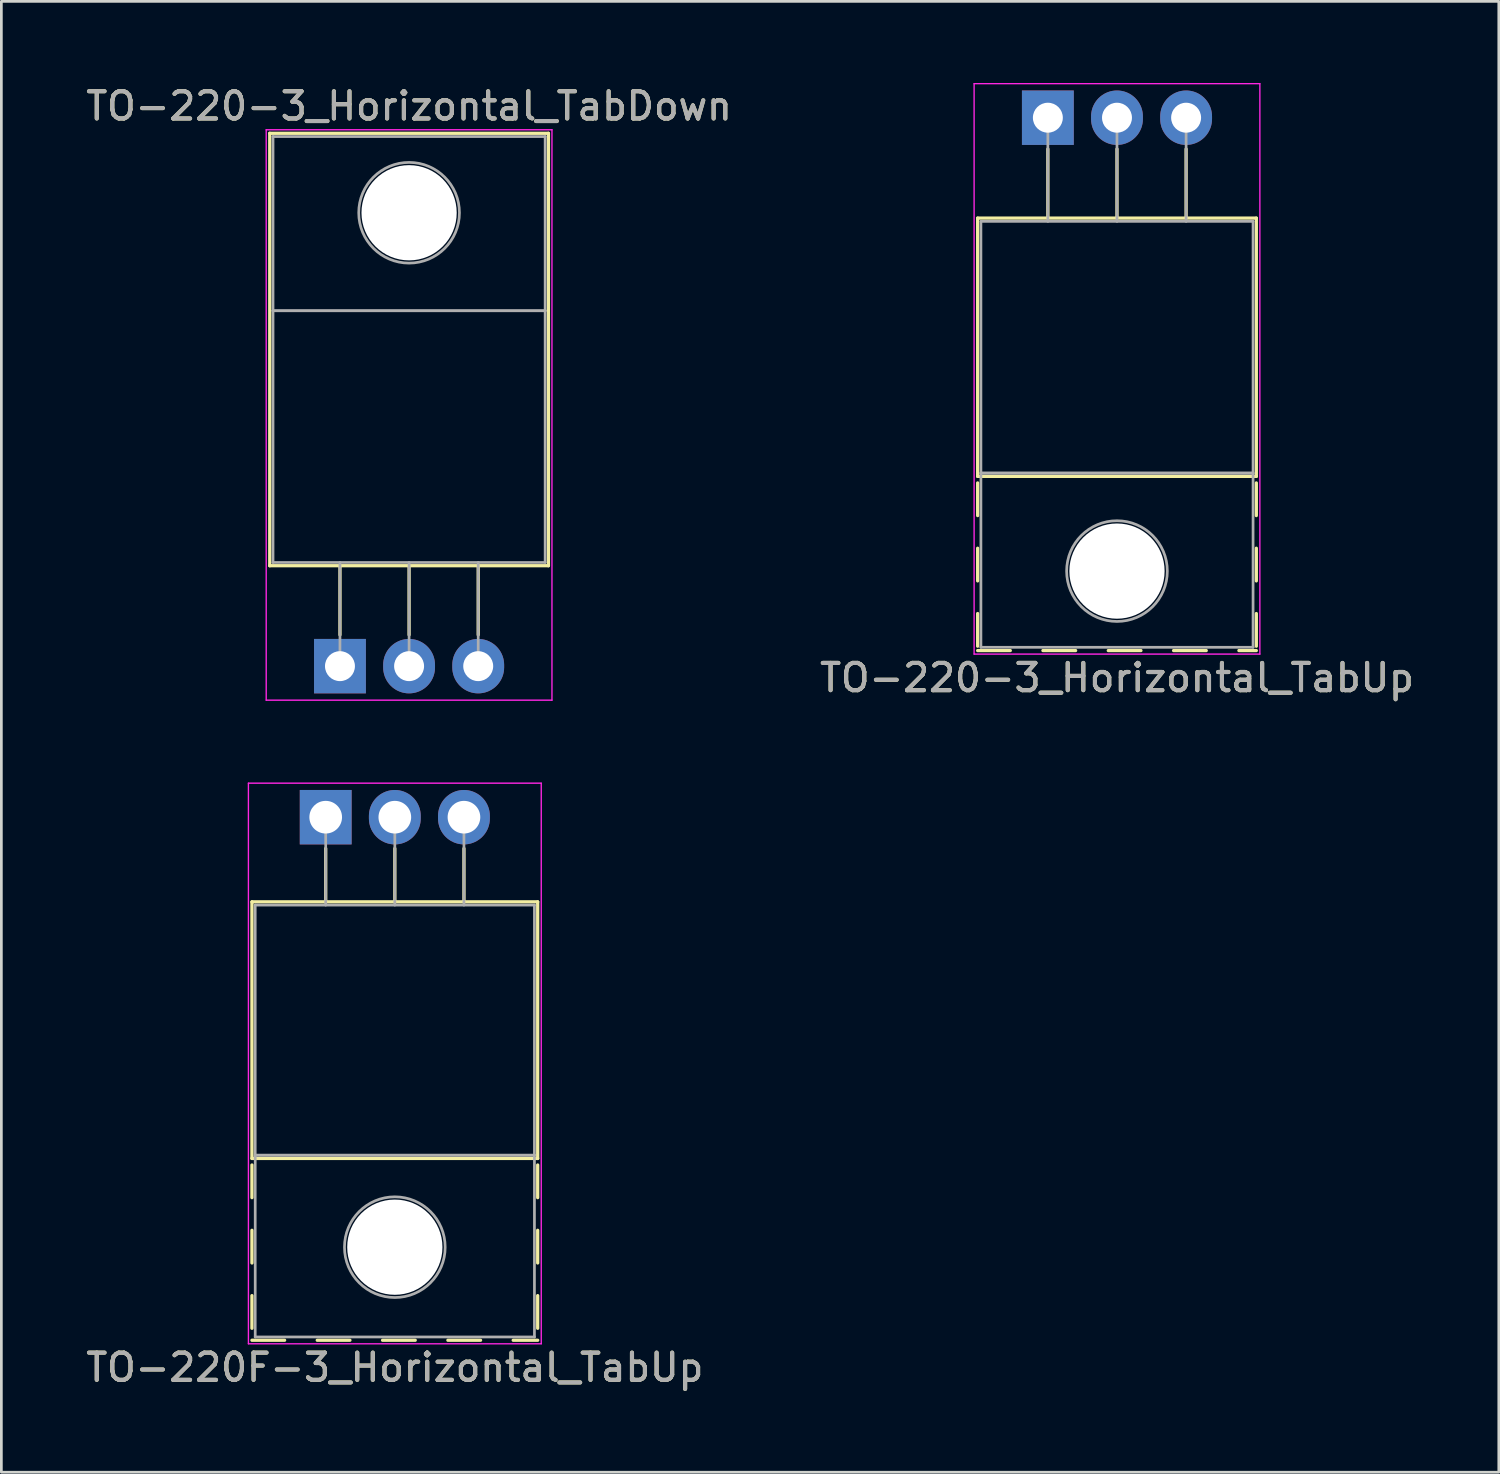
<source format=kicad_pcb>
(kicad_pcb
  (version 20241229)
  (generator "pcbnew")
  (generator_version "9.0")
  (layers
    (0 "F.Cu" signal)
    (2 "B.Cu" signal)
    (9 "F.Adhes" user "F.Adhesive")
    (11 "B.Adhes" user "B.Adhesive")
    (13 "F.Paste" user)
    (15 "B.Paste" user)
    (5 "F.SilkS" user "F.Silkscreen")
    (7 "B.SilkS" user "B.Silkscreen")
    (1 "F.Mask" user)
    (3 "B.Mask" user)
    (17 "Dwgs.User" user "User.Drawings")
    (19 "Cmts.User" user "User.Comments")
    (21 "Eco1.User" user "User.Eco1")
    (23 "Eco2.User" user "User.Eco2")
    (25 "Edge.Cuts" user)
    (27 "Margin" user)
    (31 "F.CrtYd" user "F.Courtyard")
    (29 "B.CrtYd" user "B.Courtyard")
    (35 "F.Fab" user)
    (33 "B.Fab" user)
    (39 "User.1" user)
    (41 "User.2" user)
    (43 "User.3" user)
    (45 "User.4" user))
  (footprint "TO-220F-3_Horizontal_TabUp"
    (layer "F.Cu")
    (at 8.918 26.978)
    (property "Reference" "TO-220F-3_Horizontal_TabUp" (at 2.54 20.22 0) (layer "F.SilkS") (effects (font (size 1 1) (thickness 0.15))))
    (attr through_hole)
    (fp_line (start -2.71 3.11) (end -2.71 12.54) (stroke (width 0.12) (type solid)) (layer "F.SilkS"))
    (fp_line (start -2.71 3.11) (end 7.79 3.11) (stroke (width 0.12) (type solid)) (layer "F.SilkS"))
    (fp_line (start -2.71 12.54) (end 7.79 12.54) (stroke (width 0.12) (type solid)) (layer "F.SilkS"))
    (fp_line (start -2.71 12.78) (end -2.71 13.98) (stroke (width 0.12) (type solid)) (layer "F.SilkS"))
    (fp_line (start -2.71 15.18) (end -2.71 16.38) (stroke (width 0.12) (type solid)) (layer "F.SilkS"))
    (fp_line (start -2.71 17.58) (end -2.71 18.78) (stroke (width 0.12) (type solid)) (layer "F.SilkS"))
    (fp_line (start -2.71 19.22) (end -1.51 19.22) (stroke (width 0.12) (type solid)) (layer "F.SilkS"))
    (fp_line (start -0.311 19.22) (end 0.89 19.22) (stroke (width 0.12) (type solid)) (layer "F.SilkS"))
    (fp_line (start 0 1.15) (end 0 3.11) (stroke (width 0.12) (type solid)) (layer "F.SilkS"))
    (fp_line (start 2.09 19.22) (end 3.29 19.22) (stroke (width 0.12) (type solid)) (layer "F.SilkS"))
    (fp_line (start 2.54 1.15) (end 2.54 3.11) (stroke (width 0.12) (type solid)) (layer "F.SilkS"))
    (fp_line (start 4.49 19.22) (end 5.69 19.22) (stroke (width 0.12) (type solid)) (layer "F.SilkS"))
    (fp_line (start 5.08 1.15) (end 5.08 3.11) (stroke (width 0.12) (type solid)) (layer "F.SilkS"))
    (fp_line (start 6.89 19.22) (end 7.79 19.22) (stroke (width 0.12) (type solid)) (layer "F.SilkS"))
    (fp_line (start 7.79 3.11) (end 7.79 12.54) (stroke (width 0.12) (type solid)) (layer "F.SilkS"))
    (fp_line (start 7.79 12.78) (end 7.79 13.98) (stroke (width 0.12) (type solid)) (layer "F.SilkS"))
    (fp_line (start 7.79 15.18) (end 7.79 16.38) (stroke (width 0.12) (type solid)) (layer "F.SilkS"))
    (fp_line (start 7.79 17.58) (end 7.79 18.78) (stroke (width 0.12) (type solid)) (layer "F.SilkS"))
    (fp_line (start -2.84 -1.25) (end -2.84 19.35) (stroke (width 0.05) (type solid)) (layer "F.CrtYd"))
    (fp_line (start -2.84 19.35) (end 7.92 19.35) (stroke (width 0.05) (type solid)) (layer "F.CrtYd"))
    (fp_line (start 7.92 -1.25) (end -2.84 -1.25) (stroke (width 0.05) (type solid)) (layer "F.CrtYd"))
    (fp_line (start 7.92 19.35) (end 7.92 -1.25) (stroke (width 0.05) (type solid)) (layer "F.CrtYd"))
    (fp_line (start -2.59 3.23) (end -2.59 12.42) (stroke (width 0.1) (type solid)) (layer "F.Fab"))
    (fp_line (start -2.59 12.42) (end -2.59 19.1) (stroke (width 0.1) (type solid)) (layer "F.Fab"))
    (fp_line (start -2.59 12.42) (end 7.67 12.42) (stroke (width 0.1) (type solid)) (layer "F.Fab"))
    (fp_line (start -2.59 19.1) (end 7.67 19.1) (stroke (width 0.1) (type solid)) (layer "F.Fab"))
    (fp_line (start 0 3.23) (end 0 0) (stroke (width 0.1) (type solid)) (layer "F.Fab"))
    (fp_line (start 2.54 3.23) (end 2.54 0) (stroke (width 0.1) (type solid)) (layer "F.Fab"))
    (fp_line (start 5.08 3.23) (end 5.08 0) (stroke (width 0.1) (type solid)) (layer "F.Fab"))
    (fp_line (start 7.67 3.23) (end -2.59 3.23) (stroke (width 0.1) (type solid)) (layer "F.Fab"))
    (fp_line (start 7.67 12.42) (end -2.59 12.42) (stroke (width 0.1) (type solid)) (layer "F.Fab"))
    (fp_line (start 7.67 12.42) (end 7.67 3.23) (stroke (width 0.1) (type solid)) (layer "F.Fab"))
    (fp_line (start 7.67 19.1) (end 7.67 12.42) (stroke (width 0.1) (type solid)) (layer "F.Fab"))
    (fp_circle (center 2.54 15.8) (end 4.39 15.8) (stroke (width 0.1) (type solid)) (fill no) (layer "F.Fab"))
    (fp_text user "${REFERENCE}" (at 2.54 20.22 0) (layer "F.Fab") (effects (font (size 1 1) (thickness 0.15))))
    (pad "" np_thru_hole oval (at 2.54 15.8) (size 3.5 3.5) (drill 3.5) (layers "*.Cu" "*.Mask"))
    (pad "1" thru_hole rect (at 0 0) (size 1.905 2) (drill 1.2) (layers "*.Cu" "*.Mask"))
    (pad "2" thru_hole oval (at 2.54 0) (size 1.905 2) (drill 1.2) (layers "*.Cu" "*.Mask"))
    (pad "3" thru_hole oval (at 5.08 0) (size 1.905 2) (drill 1.2) (layers "*.Cu" "*.Mask")))
  (footprint "TO-220-3_Horizontal_TabDown"
    (layer "F.Cu")
    (at 9.442 21.428)
    (property "Reference" "TO-220-3_Horizontal_TabDown" (at 2.54 -20.58 0) (layer "F.SilkS") (effects (font (size 1 1) (thickness 0.15))))
    (attr through_hole)
    (fp_line (start -2.58 -19.58) (end -2.58 -3.69) (stroke (width 0.12) (type solid)) (layer "F.SilkS"))
    (fp_line (start -2.58 -19.58) (end 7.66 -19.58) (stroke (width 0.12) (type solid)) (layer "F.SilkS"))
    (fp_line (start -2.58 -3.69) (end 7.66 -3.69) (stroke (width 0.12) (type solid)) (layer "F.SilkS"))
    (fp_line (start 0 -3.69) (end 0 -1.15) (stroke (width 0.12) (type solid)) (layer "F.SilkS"))
    (fp_line (start 2.54 -3.69) (end 2.54 -1.15) (stroke (width 0.12) (type solid)) (layer "F.SilkS"))
    (fp_line (start 5.08 -3.69) (end 5.08 -1.15) (stroke (width 0.12) (type solid)) (layer "F.SilkS"))
    (fp_line (start 7.66 -19.58) (end 7.66 -3.69) (stroke (width 0.12) (type solid)) (layer "F.SilkS"))
    (fp_line (start -2.71 -19.71) (end -2.71 1.25) (stroke (width 0.05) (type solid)) (layer "F.CrtYd"))
    (fp_line (start -2.71 1.25) (end 7.79 1.25) (stroke (width 0.05) (type solid)) (layer "F.CrtYd"))
    (fp_line (start 7.79 -19.71) (end -2.71 -19.71) (stroke (width 0.05) (type solid)) (layer "F.CrtYd"))
    (fp_line (start 7.79 1.25) (end 7.79 -19.71) (stroke (width 0.05) (type solid)) (layer "F.CrtYd"))
    (fp_line (start -2.46 -19.46) (end 7.54 -19.46) (stroke (width 0.1) (type solid)) (layer "F.Fab"))
    (fp_line (start -2.46 -13.06) (end -2.46 -19.46) (stroke (width 0.1) (type solid)) (layer "F.Fab"))
    (fp_line (start -2.46 -13.06) (end 7.54 -13.06) (stroke (width 0.1) (type solid)) (layer "F.Fab"))
    (fp_line (start -2.46 -3.81) (end -2.46 -13.06) (stroke (width 0.1) (type solid)) (layer "F.Fab"))
    (fp_line (start 0 -3.81) (end 0 0) (stroke (width 0.1) (type solid)) (layer "F.Fab"))
    (fp_line (start 2.54 -3.81) (end 2.54 0) (stroke (width 0.1) (type solid)) (layer "F.Fab"))
    (fp_line (start 5.08 -3.81) (end 5.08 0) (stroke (width 0.1) (type solid)) (layer "F.Fab"))
    (fp_line (start 7.54 -19.46) (end 7.54 -13.06) (stroke (width 0.1) (type solid)) (layer "F.Fab"))
    (fp_line (start 7.54 -13.06) (end -2.46 -13.06) (stroke (width 0.1) (type solid)) (layer "F.Fab"))
    (fp_line (start 7.54 -13.06) (end 7.54 -3.81) (stroke (width 0.1) (type solid)) (layer "F.Fab"))
    (fp_line (start 7.54 -3.81) (end -2.46 -3.81) (stroke (width 0.1) (type solid)) (layer "F.Fab"))
    (fp_circle (center 2.54 -16.66) (end 4.39 -16.66) (stroke (width 0.1) (type solid)) (fill no) (layer "F.Fab"))
    (fp_text user "${REFERENCE}" (at 2.54 -20.58 0) (layer "F.Fab") (effects (font (size 1 1) (thickness 0.15))))
    (pad "" np_thru_hole oval (at 2.54 -16.66) (size 3.5 3.5) (drill 3.5) (layers "*.Cu" "*.Mask"))
    (pad "1" thru_hole rect (at 0 0) (size 1.905 2) (drill 1.1) (layers "*.Cu" "*.Mask"))
    (pad "2" thru_hole oval (at 2.54 0) (size 1.905 2) (drill 1.1) (layers "*.Cu" "*.Mask"))
    (pad "3" thru_hole oval (at 5.08 0) (size 1.905 2) (drill 1.1) (layers "*.Cu" "*.Mask")))
  (footprint "TO-220-3_Horizontal_TabUp"
    (layer "F.Cu")
    (at 35.454 1.275)
    (property "Reference" "TO-220-3_Horizontal_TabUp" (at 2.54 20.58 0) (layer "F.SilkS") (effects (font (size 1 1) (thickness 0.15))))
    (attr through_hole)
    (fp_line (start -2.58 3.69) (end -2.58 13.18) (stroke (width 0.12) (type solid)) (layer "F.SilkS"))
    (fp_line (start -2.58 3.69) (end 7.66 3.69) (stroke (width 0.12) (type solid)) (layer "F.SilkS"))
    (fp_line (start -2.58 13.18) (end 7.66 13.18) (stroke (width 0.12) (type solid)) (layer "F.SilkS"))
    (fp_line (start -2.58 13.42) (end -2.58 14.62) (stroke (width 0.12) (type solid)) (layer "F.SilkS"))
    (fp_line (start -2.58 15.82) (end -2.58 17.02) (stroke (width 0.12) (type solid)) (layer "F.SilkS"))
    (fp_line (start -2.58 18.22) (end -2.58 19.42) (stroke (width 0.12) (type solid)) (layer "F.SilkS"))
    (fp_line (start -2.58 19.58) (end -1.38 19.58) (stroke (width 0.12) (type solid)) (layer "F.SilkS"))
    (fp_line (start -0.181 19.58) (end 1.02 19.58) (stroke (width 0.12) (type solid)) (layer "F.SilkS"))
    (fp_line (start 0 1.15) (end 0 3.69) (stroke (width 0.12) (type solid)) (layer "F.SilkS"))
    (fp_line (start 2.22 19.58) (end 3.42 19.58) (stroke (width 0.12) (type solid)) (layer "F.SilkS"))
    (fp_line (start 2.54 1.15) (end 2.54 3.69) (stroke (width 0.12) (type solid)) (layer "F.SilkS"))
    (fp_line (start 4.62 19.58) (end 5.82 19.58) (stroke (width 0.12) (type solid)) (layer "F.SilkS"))
    (fp_line (start 5.08 1.15) (end 5.08 3.69) (stroke (width 0.12) (type solid)) (layer "F.SilkS"))
    (fp_line (start 7.02 19.58) (end 7.66 19.58) (stroke (width 0.12) (type solid)) (layer "F.SilkS"))
    (fp_line (start 7.66 3.69) (end 7.66 13.18) (stroke (width 0.12) (type solid)) (layer "F.SilkS"))
    (fp_line (start 7.66 13.42) (end 7.66 14.62) (stroke (width 0.12) (type solid)) (layer "F.SilkS"))
    (fp_line (start 7.66 15.82) (end 7.66 17.02) (stroke (width 0.12) (type solid)) (layer "F.SilkS"))
    (fp_line (start 7.66 18.22) (end 7.66 19.42) (stroke (width 0.12) (type solid)) (layer "F.SilkS"))
    (fp_line (start -2.71 -1.25) (end -2.71 19.71) (stroke (width 0.05) (type solid)) (layer "F.CrtYd"))
    (fp_line (start -2.71 19.71) (end 7.79 19.71) (stroke (width 0.05) (type solid)) (layer "F.CrtYd"))
    (fp_line (start 7.79 -1.25) (end -2.71 -1.25) (stroke (width 0.05) (type solid)) (layer "F.CrtYd"))
    (fp_line (start 7.79 19.71) (end 7.79 -1.25) (stroke (width 0.05) (type solid)) (layer "F.CrtYd"))
    (fp_line (start -2.46 3.81) (end -2.46 13.06) (stroke (width 0.1) (type solid)) (layer "F.Fab"))
    (fp_line (start -2.46 13.06) (end -2.46 19.46) (stroke (width 0.1) (type solid)) (layer "F.Fab"))
    (fp_line (start -2.46 13.06) (end 7.54 13.06) (stroke (width 0.1) (type solid)) (layer "F.Fab"))
    (fp_line (start -2.46 19.46) (end 7.54 19.46) (stroke (width 0.1) (type solid)) (layer "F.Fab"))
    (fp_line (start 0 3.81) (end 0 0) (stroke (width 0.1) (type solid)) (layer "F.Fab"))
    (fp_line (start 2.54 3.81) (end 2.54 0) (stroke (width 0.1) (type solid)) (layer "F.Fab"))
    (fp_line (start 5.08 3.81) (end 5.08 0) (stroke (width 0.1) (type solid)) (layer "F.Fab"))
    (fp_line (start 7.54 3.81) (end -2.46 3.81) (stroke (width 0.1) (type solid)) (layer "F.Fab"))
    (fp_line (start 7.54 13.06) (end -2.46 13.06) (stroke (width 0.1) (type solid)) (layer "F.Fab"))
    (fp_line (start 7.54 13.06) (end 7.54 3.81) (stroke (width 0.1) (type solid)) (layer "F.Fab"))
    (fp_line (start 7.54 19.46) (end 7.54 13.06) (stroke (width 0.1) (type solid)) (layer "F.Fab"))
    (fp_circle (center 2.54 16.66) (end 4.39 16.66) (stroke (width 0.1) (type solid)) (fill no) (layer "F.Fab"))
    (fp_text user "${REFERENCE}" (at 2.54 20.58 0) (layer "F.Fab") (effects (font (size 1 1) (thickness 0.15))))
    (pad "" np_thru_hole oval (at 2.54 16.66) (size 3.5 3.5) (drill 3.5) (layers "*.Cu" "*.Mask"))
    (pad "1" thru_hole rect (at 0 0) (size 1.905 2) (drill 1.1) (layers "*.Cu" "*.Mask"))
    (pad "2" thru_hole oval (at 2.54 0) (size 1.905 2) (drill 1.1) (layers "*.Cu" "*.Mask"))
    (pad "3" thru_hole oval (at 5.08 0) (size 1.905 2) (drill 1.1) (layers "*.Cu" "*.Mask")))
  (gr_rect
    (start -3 -3)
    (end 52.024 51.047)
    (stroke (width 0.1) (type default))
    (fill no)
    (layer "Edge.Cuts")))
</source>
